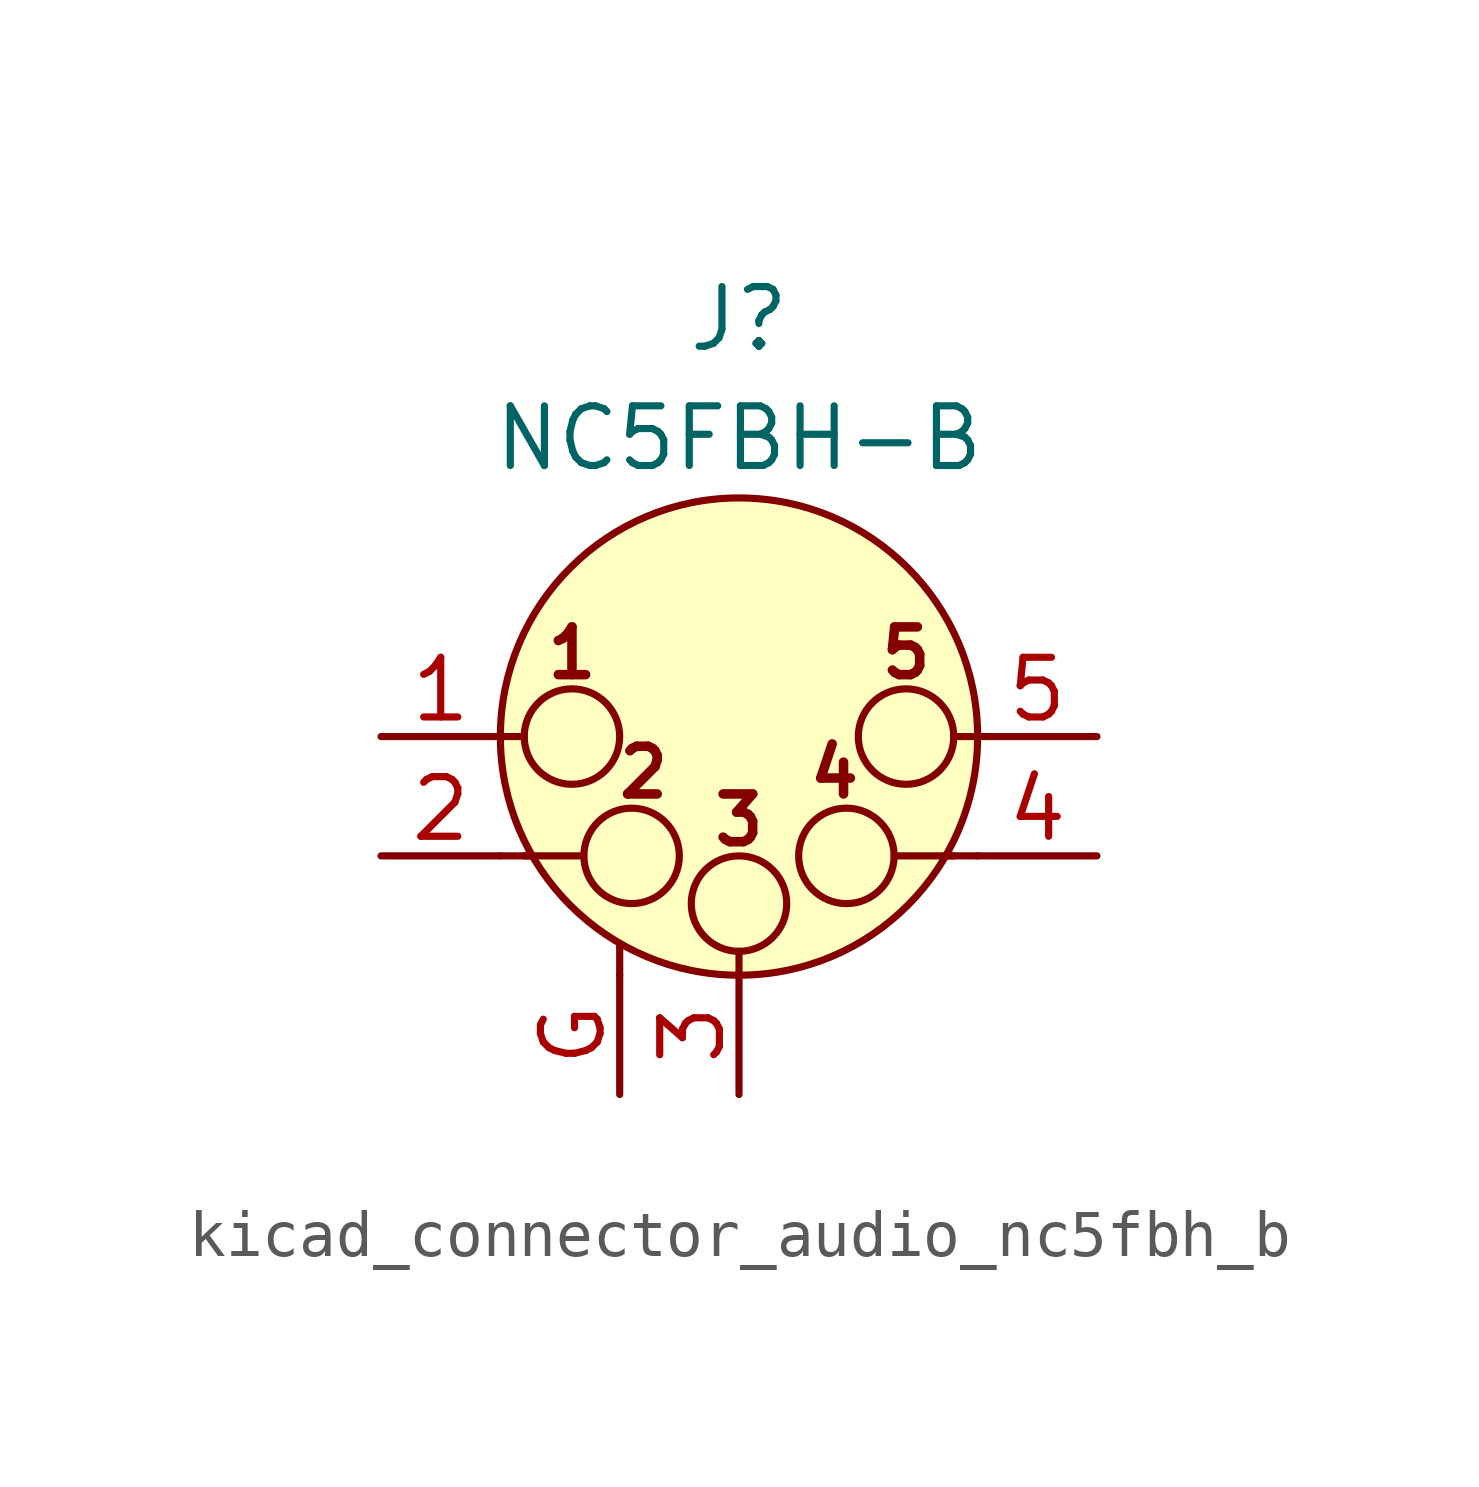
<source format=kicad_sym>
(kicad_symbol_lib
  (version 20220914)
  (generator kicad_symbol_editor)
  (symbol "kicad_connector_audio_nc5fbh_b"
    (pin_names hide)
    (property "Reference" "J"
      (at 0 8.89 0)
      (effects (font (size 1.27 1.27))))
    (property "Value" "NC5FBH-B"
      (at 0 6.35 0)
      (effects (font (size 1.27 1.27))))
    (symbol "kicad_connector_audio_nc5fbh_b_0_1"
      (circle (center -3.556 0) (radius 1.016) (stroke (width 0) (type default)) (fill (type none)))
      (circle (center -2.286 -2.54) (radius 1.016) (stroke (width 0) (type default)) (fill (type none)))
      (circle (center 0 -3.556) (radius 1.016) (stroke (width 0) (type default)) (fill (type none)))
      (polyline (pts (xy -5.08 -2.54) (xy -4.445 -2.54)) (stroke (width 0) (type default)) (fill (type none)))
      (polyline (pts (xy -5.08 0) (xy -4.572 0)) (stroke (width 0) (type default)) (fill (type none)))
      (polyline (pts (xy -4.572 -2.54) (xy -3.302 -2.54)) (stroke (width 0) (type default)) (fill (type none)))
      (polyline (pts (xy -2.54 -5.08) (xy -2.54 -4.445)) (stroke (width 0) (type default)) (fill (type none)))
      (polyline (pts (xy 0 -5.08) (xy 0 -4.572)) (stroke (width 0) (type default)) (fill (type none)))
      (polyline (pts (xy 4.572 -2.54) (xy 3.302 -2.54)) (stroke (width 0) (type default)) (fill (type none)))
      (polyline (pts (xy 5.08 -2.54) (xy 4.445 -2.54)) (stroke (width 0) (type default)) (fill (type none)))
      (polyline (pts (xy 5.08 0) (xy 4.572 0)) (stroke (width 0) (type default)) (fill (type none)))
      (circle (center 0 0) (radius 5.08) (stroke (width 0) (type default)) (fill (type background)))
      (circle (center 2.286 -2.54) (radius 1.016) (stroke (width 0) (type default)) (fill (type none)))
      (circle (center 3.556 0) (radius 1.016) (stroke (width 0) (type default)) (fill (type none)))
      (text "1" (at -3.556 1.778 0) (effects (font (size 1.016 1.016) bold)))
      (text "2" (at -2.032 -0.762 0) (effects (font (size 1.016 1.016) bold)))
      (text "3" (at 0 -1.778 0) (effects (font (size 1.016 1.016) bold)))
      (text "4" (at 2.032 -0.762 0) (effects (font (size 1.016 1.016) bold)))
      (text "5" (at 3.556 1.778 0) (effects (font (size 1.016 1.016) bold))))
    (symbol "kicad_connector_audio_nc5fbh_b_1_1"
      (pin passive line (at -7.62 0 0) (length 2.54) (name "P1" (effects (font (size 1.27 1.27)))) (number "1" (effects (font (size 1.27 1.27)))))
      (pin passive line (at -7.62 -2.54 0) (length 2.54) (name "P2" (effects (font (size 1.27 1.27)))) (number "2" (effects (font (size 1.27 1.27)))))
      (pin passive line (at 0 -7.62 90) (length 2.54) (name "P3" (effects (font (size 1.27 1.27)))) (number "3" (effects (font (size 1.27 1.27)))))
      (pin passive line (at 7.62 -2.54 180) (length 2.54) (name "P3" (effects (font (size 1.27 1.27)))) (number "4" (effects (font (size 1.27 1.27)))))
      (pin passive line (at 7.62 0 180) (length 2.54) (name "P5" (effects (font (size 1.27 1.27)))) (number "5" (effects (font (size 1.27 1.27)))))
      (pin passive line (at -2.54 -7.62 90) (length 2.54) (name "~" (effects (font (size 1.27 1.27)))) (number "G" (effects (font (size 1.27 1.27))))))))
</source>
